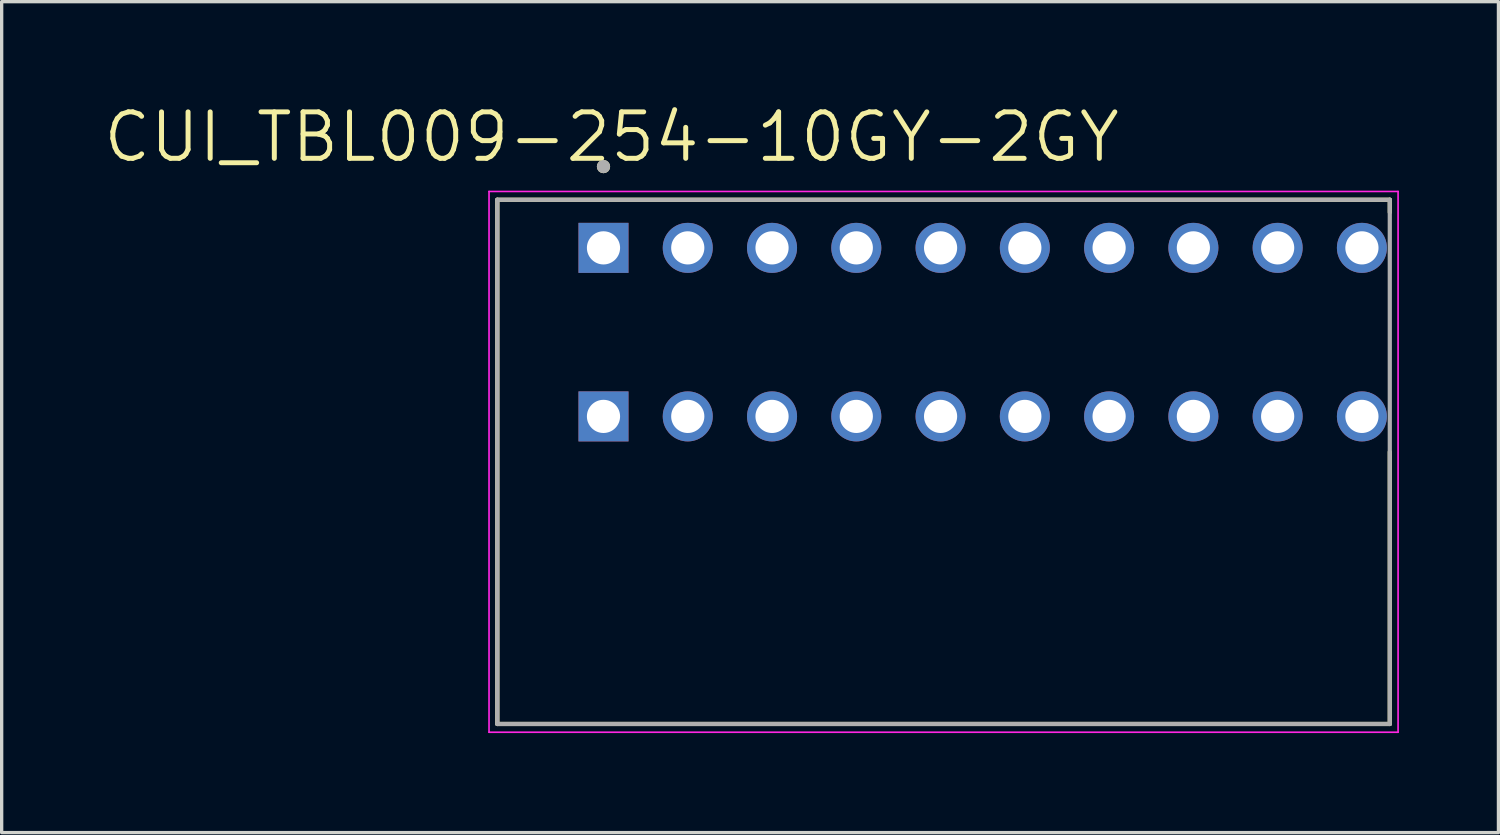
<source format=kicad_pcb>
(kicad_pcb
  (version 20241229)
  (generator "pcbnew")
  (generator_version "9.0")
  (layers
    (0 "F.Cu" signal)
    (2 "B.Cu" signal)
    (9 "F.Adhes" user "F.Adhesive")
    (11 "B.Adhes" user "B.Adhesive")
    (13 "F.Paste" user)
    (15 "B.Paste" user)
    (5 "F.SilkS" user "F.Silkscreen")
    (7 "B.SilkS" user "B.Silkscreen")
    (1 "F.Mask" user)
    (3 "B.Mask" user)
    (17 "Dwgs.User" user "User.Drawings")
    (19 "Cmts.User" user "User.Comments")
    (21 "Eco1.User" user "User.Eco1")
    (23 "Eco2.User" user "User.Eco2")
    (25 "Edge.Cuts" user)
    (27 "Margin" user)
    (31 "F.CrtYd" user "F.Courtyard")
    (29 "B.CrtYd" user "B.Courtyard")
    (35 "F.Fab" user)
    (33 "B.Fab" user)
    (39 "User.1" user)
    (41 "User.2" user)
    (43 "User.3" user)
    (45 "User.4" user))
  (footprint "CUI_TBL009-254-10GY-2GY"
    (layer "F.Cu")
    (at 15.14 4.421)
    (property "Reference" "CUI_TBL009-254-10GY-2GY" (at 0.245 -3.339 0) (layer "F.SilkS") (effects (font (size 1.4 1.4) (thickness 0.15))))
    (attr through_hole)
    (fp_line (start -3.2 -1.45) (end 23.7 -1.45) (stroke (width 0.127) (type solid)) (layer "F.SilkS"))
    (fp_line (start -3.2 14.35) (end -3.2 -1.45) (stroke (width 0.127) (type solid)) (layer "F.SilkS"))
    (fp_line (start 23.7 -1.45) (end 23.7 -1.07) (stroke (width 0.127) (type solid)) (layer "F.SilkS"))
    (fp_line (start 23.7 6.15) (end 23.7 14.35) (stroke (width 0.127) (type solid)) (layer "F.SilkS"))
    (fp_line (start 23.7 14.35) (end -3.2 14.35) (stroke (width 0.127) (type solid)) (layer "F.SilkS"))
    (fp_circle (center 0 -2.45) (end 0.1 -2.45) (stroke (width 0.2) (type solid)) (fill no) (layer "F.SilkS"))
    (fp_line (start -3.45 -1.7) (end 23.95 -1.7) (stroke (width 0.05) (type solid)) (layer "F.CrtYd"))
    (fp_line (start -3.45 14.6) (end -3.45 -1.7) (stroke (width 0.05) (type solid)) (layer "F.CrtYd"))
    (fp_line (start 23.95 -1.7) (end 23.95 14.6) (stroke (width 0.05) (type solid)) (layer "F.CrtYd"))
    (fp_line (start 23.95 14.6) (end -3.45 14.6) (stroke (width 0.05) (type solid)) (layer "F.CrtYd"))
    (fp_line (start -3.2 -1.45) (end 23.7 -1.45) (stroke (width 0.127) (type solid)) (layer "F.Fab"))
    (fp_line (start -3.2 14.35) (end -3.2 -1.45) (stroke (width 0.127) (type solid)) (layer "F.Fab"))
    (fp_line (start 23.7 -1.45) (end 23.7 14.35) (stroke (width 0.127) (type solid)) (layer "F.Fab"))
    (fp_line (start 23.7 14.35) (end -3.2 14.35) (stroke (width 0.127) (type solid)) (layer "F.Fab"))
    (fp_circle (center 0 -2.45) (end 0.1 -2.45) (stroke (width 0.2) (type solid)) (fill no) (layer "F.Fab"))
    (pad "1_A" thru_hole rect (at 0 0) (size 1.508 1.508) (drill 1) (layers "*.Cu" "*.Mask"))
    (pad "1_B" thru_hole rect (at 0 5.08) (size 1.508 1.508) (drill 1) (layers "*.Cu" "*.Mask"))
    (pad "2_A" thru_hole circle (at 2.54 0) (size 1.508 1.508) (drill 1) (layers "*.Cu" "*.Mask"))
    (pad "2_B" thru_hole circle (at 2.54 5.08) (size 1.508 1.508) (drill 1) (layers "*.Cu" "*.Mask"))
    (pad "3_A" thru_hole circle (at 5.08 0) (size 1.508 1.508) (drill 1) (layers "*.Cu" "*.Mask"))
    (pad "3_B" thru_hole circle (at 5.08 5.08) (size 1.508 1.508) (drill 1) (layers "*.Cu" "*.Mask"))
    (pad "4_A" thru_hole circle (at 7.62 0) (size 1.508 1.508) (drill 1) (layers "*.Cu" "*.Mask"))
    (pad "4_B" thru_hole circle (at 7.62 5.08) (size 1.508 1.508) (drill 1) (layers "*.Cu" "*.Mask"))
    (pad "5_A" thru_hole circle (at 10.16 0) (size 1.508 1.508) (drill 1) (layers "*.Cu" "*.Mask"))
    (pad "5_B" thru_hole circle (at 10.16 5.08) (size 1.508 1.508) (drill 1) (layers "*.Cu" "*.Mask"))
    (pad "6_A" thru_hole circle (at 12.7 0) (size 1.508 1.508) (drill 1) (layers "*.Cu" "*.Mask"))
    (pad "6_B" thru_hole circle (at 12.7 5.08) (size 1.508 1.508) (drill 1) (layers "*.Cu" "*.Mask"))
    (pad "7_A" thru_hole circle (at 15.24 0) (size 1.508 1.508) (drill 1) (layers "*.Cu" "*.Mask"))
    (pad "7_B" thru_hole circle (at 15.24 5.08) (size 1.508 1.508) (drill 1) (layers "*.Cu" "*.Mask"))
    (pad "8_A" thru_hole circle (at 17.78 0) (size 1.508 1.508) (drill 1) (layers "*.Cu" "*.Mask"))
    (pad "8_B" thru_hole circle (at 17.78 5.08) (size 1.508 1.508) (drill 1) (layers "*.Cu" "*.Mask"))
    (pad "9_A" thru_hole circle (at 20.32 0) (size 1.508 1.508) (drill 1) (layers "*.Cu" "*.Mask"))
    (pad "9_B" thru_hole circle (at 20.32 5.08) (size 1.508 1.508) (drill 1) (layers "*.Cu" "*.Mask"))
    (pad "10_A" thru_hole circle (at 22.86 0) (size 1.508 1.508) (drill 1) (layers "*.Cu" "*.Mask"))
    (pad "10_B" thru_hole circle (at 22.86 5.08) (size 1.508 1.508) (drill 1) (layers "*.Cu" "*.Mask")))
  (gr_rect
    (start -3 -3)
    (end 42.115 22.046)
    (stroke (width 0.1) (type default))
    (fill no)
    (layer "Edge.Cuts")))
</source>
